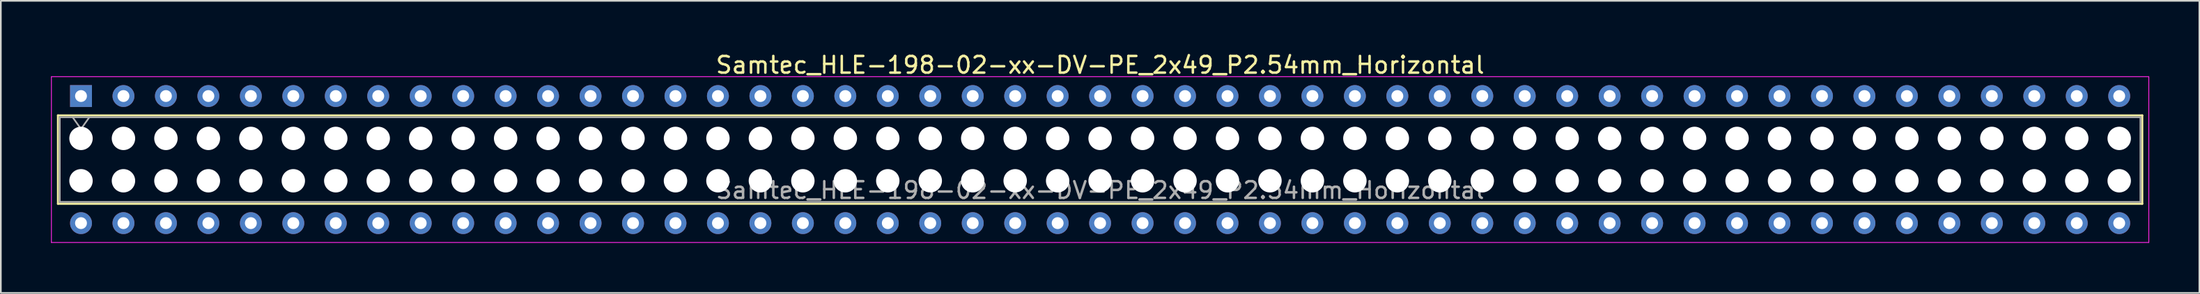
<source format=kicad_pcb>
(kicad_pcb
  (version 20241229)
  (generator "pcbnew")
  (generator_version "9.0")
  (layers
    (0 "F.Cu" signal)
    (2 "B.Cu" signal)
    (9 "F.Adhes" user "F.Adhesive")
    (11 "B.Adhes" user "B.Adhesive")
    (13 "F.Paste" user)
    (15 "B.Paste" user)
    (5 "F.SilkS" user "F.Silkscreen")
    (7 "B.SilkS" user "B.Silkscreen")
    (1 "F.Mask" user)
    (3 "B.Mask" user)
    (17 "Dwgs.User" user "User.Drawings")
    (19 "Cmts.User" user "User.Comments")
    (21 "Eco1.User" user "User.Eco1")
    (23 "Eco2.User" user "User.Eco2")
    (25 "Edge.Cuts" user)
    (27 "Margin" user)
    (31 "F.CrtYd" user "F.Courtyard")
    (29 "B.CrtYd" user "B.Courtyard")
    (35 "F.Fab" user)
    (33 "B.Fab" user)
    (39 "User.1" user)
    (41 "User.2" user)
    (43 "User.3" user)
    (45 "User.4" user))
  (footprint "Samtec_HLE-198-02-xx-DV-PE_2x49_P2.54mm_Horizontal"
    (layer "F.Cu")
    (at 1.795 2.708)
    (property "Reference" "Samtec_HLE-198-02-xx-DV-PE_2x49_P2.54mm_Horizontal" (at 60.96 -1.86 0) (layer "F.SilkS") (effects (font (size 1 1) (thickness 0.15))))
    (attr through_hole)
    (fp_line (start -1.38 1.16) (end 123.3 1.16) (stroke (width 0.12) (type solid)) (layer "F.SilkS"))
    (fp_line (start -1.38 6.46) (end -1.38 1.16) (stroke (width 0.12) (type solid)) (layer "F.SilkS"))
    (fp_line (start 123.3 1.16) (end 123.3 6.46) (stroke (width 0.12) (type solid)) (layer "F.SilkS"))
    (fp_line (start 123.3 6.46) (end -1.38 6.46) (stroke (width 0.12) (type solid)) (layer "F.SilkS"))
    (fp_line (start -1.77 -1.16) (end 123.69 -1.16) (stroke (width 0.05) (type solid)) (layer "F.CrtYd"))
    (fp_line (start -1.77 8.78) (end -1.77 -1.16) (stroke (width 0.05) (type solid)) (layer "F.CrtYd"))
    (fp_line (start 123.69 -1.16) (end 123.69 8.78) (stroke (width 0.05) (type solid)) (layer "F.CrtYd"))
    (fp_line (start 123.69 8.78) (end -1.77 8.78) (stroke (width 0.05) (type solid)) (layer "F.CrtYd"))
    (fp_line (start -1.27 1.27) (end 123.19 1.27) (stroke (width 0.1) (type solid)) (layer "F.Fab"))
    (fp_line (start -1.27 6.35) (end -1.27 1.27) (stroke (width 0.1) (type solid)) (layer "F.Fab"))
    (fp_line (start -0.5 1.27) (end 0 1.977) (stroke (width 0.1) (type solid)) (layer "F.Fab"))
    (fp_line (start 0 1.977) (end 0.5 1.27) (stroke (width 0.1) (type solid)) (layer "F.Fab"))
    (fp_line (start 123.19 1.27) (end 123.19 6.35) (stroke (width 0.1) (type solid)) (layer "F.Fab"))
    (fp_line (start 123.19 6.35) (end -1.27 6.35) (stroke (width 0.1) (type solid)) (layer "F.Fab"))
    (fp_text user "${REFERENCE}" (at 60.96 5.65 0) (layer "F.Fab") (effects (font (size 1 1) (thickness 0.15))))
    (pad "" np_thru_hole circle (at 0 2.54) (size 1.4 1.4) (drill 1.4) (layers "*.Cu" "*.Mask"))
    (pad "" np_thru_hole circle (at 0 5.08) (size 1.4 1.4) (drill 1.4) (layers "*.Cu" "*.Mask"))
    (pad "" np_thru_hole circle (at 2.54 2.54) (size 1.4 1.4) (drill 1.4) (layers "*.Cu" "*.Mask"))
    (pad "" np_thru_hole circle (at 2.54 5.08) (size 1.4 1.4) (drill 1.4) (layers "*.Cu" "*.Mask"))
    (pad "" np_thru_hole circle (at 5.08 2.54) (size 1.4 1.4) (drill 1.4) (layers "*.Cu" "*.Mask"))
    (pad "" np_thru_hole circle (at 5.08 5.08) (size 1.4 1.4) (drill 1.4) (layers "*.Cu" "*.Mask"))
    (pad "" np_thru_hole circle (at 7.62 2.54) (size 1.4 1.4) (drill 1.4) (layers "*.Cu" "*.Mask"))
    (pad "" np_thru_hole circle (at 7.62 5.08) (size 1.4 1.4) (drill 1.4) (layers "*.Cu" "*.Mask"))
    (pad "" np_thru_hole circle (at 10.16 2.54) (size 1.4 1.4) (drill 1.4) (layers "*.Cu" "*.Mask"))
    (pad "" np_thru_hole circle (at 10.16 5.08) (size 1.4 1.4) (drill 1.4) (layers "*.Cu" "*.Mask"))
    (pad "" np_thru_hole circle (at 12.7 2.54) (size 1.4 1.4) (drill 1.4) (layers "*.Cu" "*.Mask"))
    (pad "" np_thru_hole circle (at 12.7 5.08) (size 1.4 1.4) (drill 1.4) (layers "*.Cu" "*.Mask"))
    (pad "" np_thru_hole circle (at 15.24 2.54) (size 1.4 1.4) (drill 1.4) (layers "*.Cu" "*.Mask"))
    (pad "" np_thru_hole circle (at 15.24 5.08) (size 1.4 1.4) (drill 1.4) (layers "*.Cu" "*.Mask"))
    (pad "" np_thru_hole circle (at 17.78 2.54) (size 1.4 1.4) (drill 1.4) (layers "*.Cu" "*.Mask"))
    (pad "" np_thru_hole circle (at 17.78 5.08) (size 1.4 1.4) (drill 1.4) (layers "*.Cu" "*.Mask"))
    (pad "" np_thru_hole circle (at 20.32 2.54) (size 1.4 1.4) (drill 1.4) (layers "*.Cu" "*.Mask"))
    (pad "" np_thru_hole circle (at 20.32 5.08) (size 1.4 1.4) (drill 1.4) (layers "*.Cu" "*.Mask"))
    (pad "" np_thru_hole circle (at 22.86 2.54) (size 1.4 1.4) (drill 1.4) (layers "*.Cu" "*.Mask"))
    (pad "" np_thru_hole circle (at 22.86 5.08) (size 1.4 1.4) (drill 1.4) (layers "*.Cu" "*.Mask"))
    (pad "" np_thru_hole circle (at 25.4 2.54) (size 1.4 1.4) (drill 1.4) (layers "*.Cu" "*.Mask"))
    (pad "" np_thru_hole circle (at 25.4 5.08) (size 1.4 1.4) (drill 1.4) (layers "*.Cu" "*.Mask"))
    (pad "" np_thru_hole circle (at 27.94 2.54) (size 1.4 1.4) (drill 1.4) (layers "*.Cu" "*.Mask"))
    (pad "" np_thru_hole circle (at 27.94 5.08) (size 1.4 1.4) (drill 1.4) (layers "*.Cu" "*.Mask"))
    (pad "" np_thru_hole circle (at 30.48 2.54) (size 1.4 1.4) (drill 1.4) (layers "*.Cu" "*.Mask"))
    (pad "" np_thru_hole circle (at 30.48 5.08) (size 1.4 1.4) (drill 1.4) (layers "*.Cu" "*.Mask"))
    (pad "" np_thru_hole circle (at 33.02 2.54) (size 1.4 1.4) (drill 1.4) (layers "*.Cu" "*.Mask"))
    (pad "" np_thru_hole circle (at 33.02 5.08) (size 1.4 1.4) (drill 1.4) (layers "*.Cu" "*.Mask"))
    (pad "" np_thru_hole circle (at 35.56 2.54) (size 1.4 1.4) (drill 1.4) (layers "*.Cu" "*.Mask"))
    (pad "" np_thru_hole circle (at 35.56 5.08) (size 1.4 1.4) (drill 1.4) (layers "*.Cu" "*.Mask"))
    (pad "" np_thru_hole circle (at 38.1 2.54) (size 1.4 1.4) (drill 1.4) (layers "*.Cu" "*.Mask"))
    (pad "" np_thru_hole circle (at 38.1 5.08) (size 1.4 1.4) (drill 1.4) (layers "*.Cu" "*.Mask"))
    (pad "" np_thru_hole circle (at 40.64 2.54) (size 1.4 1.4) (drill 1.4) (layers "*.Cu" "*.Mask"))
    (pad "" np_thru_hole circle (at 40.64 5.08) (size 1.4 1.4) (drill 1.4) (layers "*.Cu" "*.Mask"))
    (pad "" np_thru_hole circle (at 43.18 2.54) (size 1.4 1.4) (drill 1.4) (layers "*.Cu" "*.Mask"))
    (pad "" np_thru_hole circle (at 43.18 5.08) (size 1.4 1.4) (drill 1.4) (layers "*.Cu" "*.Mask"))
    (pad "" np_thru_hole circle (at 45.72 2.54) (size 1.4 1.4) (drill 1.4) (layers "*.Cu" "*.Mask"))
    (pad "" np_thru_hole circle (at 45.72 5.08) (size 1.4 1.4) (drill 1.4) (layers "*.Cu" "*.Mask"))
    (pad "" np_thru_hole circle (at 48.26 2.54) (size 1.4 1.4) (drill 1.4) (layers "*.Cu" "*.Mask"))
    (pad "" np_thru_hole circle (at 48.26 5.08) (size 1.4 1.4) (drill 1.4) (layers "*.Cu" "*.Mask"))
    (pad "" np_thru_hole circle (at 50.8 2.54) (size 1.4 1.4) (drill 1.4) (layers "*.Cu" "*.Mask"))
    (pad "" np_thru_hole circle (at 50.8 5.08) (size 1.4 1.4) (drill 1.4) (layers "*.Cu" "*.Mask"))
    (pad "" np_thru_hole circle (at 53.34 2.54) (size 1.4 1.4) (drill 1.4) (layers "*.Cu" "*.Mask"))
    (pad "" np_thru_hole circle (at 53.34 5.08) (size 1.4 1.4) (drill 1.4) (layers "*.Cu" "*.Mask"))
    (pad "" np_thru_hole circle (at 55.88 2.54) (size 1.4 1.4) (drill 1.4) (layers "*.Cu" "*.Mask"))
    (pad "" np_thru_hole circle (at 55.88 5.08) (size 1.4 1.4) (drill 1.4) (layers "*.Cu" "*.Mask"))
    (pad "" np_thru_hole circle (at 58.42 2.54) (size 1.4 1.4) (drill 1.4) (layers "*.Cu" "*.Mask"))
    (pad "" np_thru_hole circle (at 58.42 5.08) (size 1.4 1.4) (drill 1.4) (layers "*.Cu" "*.Mask"))
    (pad "" np_thru_hole circle (at 60.96 2.54) (size 1.4 1.4) (drill 1.4) (layers "*.Cu" "*.Mask"))
    (pad "" np_thru_hole circle (at 60.96 5.08) (size 1.4 1.4) (drill 1.4) (layers "*.Cu" "*.Mask"))
    (pad "" np_thru_hole circle (at 63.5 2.54) (size 1.4 1.4) (drill 1.4) (layers "*.Cu" "*.Mask"))
    (pad "" np_thru_hole circle (at 63.5 5.08) (size 1.4 1.4) (drill 1.4) (layers "*.Cu" "*.Mask"))
    (pad "" np_thru_hole circle (at 66.04 2.54) (size 1.4 1.4) (drill 1.4) (layers "*.Cu" "*.Mask"))
    (pad "" np_thru_hole circle (at 66.04 5.08) (size 1.4 1.4) (drill 1.4) (layers "*.Cu" "*.Mask"))
    (pad "" np_thru_hole circle (at 68.58 2.54) (size 1.4 1.4) (drill 1.4) (layers "*.Cu" "*.Mask"))
    (pad "" np_thru_hole circle (at 68.58 5.08) (size 1.4 1.4) (drill 1.4) (layers "*.Cu" "*.Mask"))
    (pad "" np_thru_hole circle (at 71.12 2.54) (size 1.4 1.4) (drill 1.4) (layers "*.Cu" "*.Mask"))
    (pad "" np_thru_hole circle (at 71.12 5.08) (size 1.4 1.4) (drill 1.4) (layers "*.Cu" "*.Mask"))
    (pad "" np_thru_hole circle (at 73.66 2.54) (size 1.4 1.4) (drill 1.4) (layers "*.Cu" "*.Mask"))
    (pad "" np_thru_hole circle (at 73.66 5.08) (size 1.4 1.4) (drill 1.4) (layers "*.Cu" "*.Mask"))
    (pad "" np_thru_hole circle (at 76.2 2.54) (size 1.4 1.4) (drill 1.4) (layers "*.Cu" "*.Mask"))
    (pad "" np_thru_hole circle (at 76.2 5.08) (size 1.4 1.4) (drill 1.4) (layers "*.Cu" "*.Mask"))
    (pad "" np_thru_hole circle (at 78.74 2.54) (size 1.4 1.4) (drill 1.4) (layers "*.Cu" "*.Mask"))
    (pad "" np_thru_hole circle (at 78.74 5.08) (size 1.4 1.4) (drill 1.4) (layers "*.Cu" "*.Mask"))
    (pad "" np_thru_hole circle (at 81.28 2.54) (size 1.4 1.4) (drill 1.4) (layers "*.Cu" "*.Mask"))
    (pad "" np_thru_hole circle (at 81.28 5.08) (size 1.4 1.4) (drill 1.4) (layers "*.Cu" "*.Mask"))
    (pad "" np_thru_hole circle (at 83.82 2.54) (size 1.4 1.4) (drill 1.4) (layers "*.Cu" "*.Mask"))
    (pad "" np_thru_hole circle (at 83.82 5.08) (size 1.4 1.4) (drill 1.4) (layers "*.Cu" "*.Mask"))
    (pad "" np_thru_hole circle (at 86.36 2.54) (size 1.4 1.4) (drill 1.4) (layers "*.Cu" "*.Mask"))
    (pad "" np_thru_hole circle (at 86.36 5.08) (size 1.4 1.4) (drill 1.4) (layers "*.Cu" "*.Mask"))
    (pad "" np_thru_hole circle (at 88.9 2.54) (size 1.4 1.4) (drill 1.4) (layers "*.Cu" "*.Mask"))
    (pad "" np_thru_hole circle (at 88.9 5.08) (size 1.4 1.4) (drill 1.4) (layers "*.Cu" "*.Mask"))
    (pad "" np_thru_hole circle (at 91.44 2.54) (size 1.4 1.4) (drill 1.4) (layers "*.Cu" "*.Mask"))
    (pad "" np_thru_hole circle (at 91.44 5.08) (size 1.4 1.4) (drill 1.4) (layers "*.Cu" "*.Mask"))
    (pad "" np_thru_hole circle (at 93.98 2.54) (size 1.4 1.4) (drill 1.4) (layers "*.Cu" "*.Mask"))
    (pad "" np_thru_hole circle (at 93.98 5.08) (size 1.4 1.4) (drill 1.4) (layers "*.Cu" "*.Mask"))
    (pad "" np_thru_hole circle (at 96.52 2.54) (size 1.4 1.4) (drill 1.4) (layers "*.Cu" "*.Mask"))
    (pad "" np_thru_hole circle (at 96.52 5.08) (size 1.4 1.4) (drill 1.4) (layers "*.Cu" "*.Mask"))
    (pad "" np_thru_hole circle (at 99.06 2.54) (size 1.4 1.4) (drill 1.4) (layers "*.Cu" "*.Mask"))
    (pad "" np_thru_hole circle (at 99.06 5.08) (size 1.4 1.4) (drill 1.4) (layers "*.Cu" "*.Mask"))
    (pad "" np_thru_hole circle (at 101.6 2.54) (size 1.4 1.4) (drill 1.4) (layers "*.Cu" "*.Mask"))
    (pad "" np_thru_hole circle (at 101.6 5.08) (size 1.4 1.4) (drill 1.4) (layers "*.Cu" "*.Mask"))
    (pad "" np_thru_hole circle (at 104.14 2.54) (size 1.4 1.4) (drill 1.4) (layers "*.Cu" "*.Mask"))
    (pad "" np_thru_hole circle (at 104.14 5.08) (size 1.4 1.4) (drill 1.4) (layers "*.Cu" "*.Mask"))
    (pad "" np_thru_hole circle (at 106.68 2.54) (size 1.4 1.4) (drill 1.4) (layers "*.Cu" "*.Mask"))
    (pad "" np_thru_hole circle (at 106.68 5.08) (size 1.4 1.4) (drill 1.4) (layers "*.Cu" "*.Mask"))
    (pad "" np_thru_hole circle (at 109.22 2.54) (size 1.4 1.4) (drill 1.4) (layers "*.Cu" "*.Mask"))
    (pad "" np_thru_hole circle (at 109.22 5.08) (size 1.4 1.4) (drill 1.4) (layers "*.Cu" "*.Mask"))
    (pad "" np_thru_hole circle (at 111.76 2.54) (size 1.4 1.4) (drill 1.4) (layers "*.Cu" "*.Mask"))
    (pad "" np_thru_hole circle (at 111.76 5.08) (size 1.4 1.4) (drill 1.4) (layers "*.Cu" "*.Mask"))
    (pad "" np_thru_hole circle (at 114.3 2.54) (size 1.4 1.4) (drill 1.4) (layers "*.Cu" "*.Mask"))
    (pad "" np_thru_hole circle (at 114.3 5.08) (size 1.4 1.4) (drill 1.4) (layers "*.Cu" "*.Mask"))
    (pad "" np_thru_hole circle (at 116.84 2.54) (size 1.4 1.4) (drill 1.4) (layers "*.Cu" "*.Mask"))
    (pad "" np_thru_hole circle (at 116.84 5.08) (size 1.4 1.4) (drill 1.4) (layers "*.Cu" "*.Mask"))
    (pad "" np_thru_hole circle (at 119.38 2.54) (size 1.4 1.4) (drill 1.4) (layers "*.Cu" "*.Mask"))
    (pad "" np_thru_hole circle (at 119.38 5.08) (size 1.4 1.4) (drill 1.4) (layers "*.Cu" "*.Mask"))
    (pad "" np_thru_hole circle (at 121.92 2.54) (size 1.4 1.4) (drill 1.4) (layers "*.Cu" "*.Mask"))
    (pad "" np_thru_hole circle (at 121.92 5.08) (size 1.4 1.4) (drill 1.4) (layers "*.Cu" "*.Mask"))
    (pad "1" thru_hole rect (at 0 0) (size 1.31 1.31) (drill 0.71) (layers "*.Cu" "*.Mask"))
    (pad "2" thru_hole circle (at 0 7.62) (size 1.31 1.31) (drill 0.71) (layers "*.Cu" "*.Mask"))
    (pad "3" thru_hole circle (at 2.54 0) (size 1.31 1.31) (drill 0.71) (layers "*.Cu" "*.Mask"))
    (pad "4" thru_hole circle (at 2.54 7.62) (size 1.31 1.31) (drill 0.71) (layers "*.Cu" "*.Mask"))
    (pad "5" thru_hole circle (at 5.08 0) (size 1.31 1.31) (drill 0.71) (layers "*.Cu" "*.Mask"))
    (pad "6" thru_hole circle (at 5.08 7.62) (size 1.31 1.31) (drill 0.71) (layers "*.Cu" "*.Mask"))
    (pad "7" thru_hole circle (at 7.62 0) (size 1.31 1.31) (drill 0.71) (layers "*.Cu" "*.Mask"))
    (pad "8" thru_hole circle (at 7.62 7.62) (size 1.31 1.31) (drill 0.71) (layers "*.Cu" "*.Mask"))
    (pad "9" thru_hole circle (at 10.16 0) (size 1.31 1.31) (drill 0.71) (layers "*.Cu" "*.Mask"))
    (pad "10" thru_hole circle (at 10.16 7.62) (size 1.31 1.31) (drill 0.71) (layers "*.Cu" "*.Mask"))
    (pad "11" thru_hole circle (at 12.7 0) (size 1.31 1.31) (drill 0.71) (layers "*.Cu" "*.Mask"))
    (pad "12" thru_hole circle (at 12.7 7.62) (size 1.31 1.31) (drill 0.71) (layers "*.Cu" "*.Mask"))
    (pad "13" thru_hole circle (at 15.24 0) (size 1.31 1.31) (drill 0.71) (layers "*.Cu" "*.Mask"))
    (pad "14" thru_hole circle (at 15.24 7.62) (size 1.31 1.31) (drill 0.71) (layers "*.Cu" "*.Mask"))
    (pad "15" thru_hole circle (at 17.78 0) (size 1.31 1.31) (drill 0.71) (layers "*.Cu" "*.Mask"))
    (pad "16" thru_hole circle (at 17.78 7.62) (size 1.31 1.31) (drill 0.71) (layers "*.Cu" "*.Mask"))
    (pad "17" thru_hole circle (at 20.32 0) (size 1.31 1.31) (drill 0.71) (layers "*.Cu" "*.Mask"))
    (pad "18" thru_hole circle (at 20.32 7.62) (size 1.31 1.31) (drill 0.71) (layers "*.Cu" "*.Mask"))
    (pad "19" thru_hole circle (at 22.86 0) (size 1.31 1.31) (drill 0.71) (layers "*.Cu" "*.Mask"))
    (pad "20" thru_hole circle (at 22.86 7.62) (size 1.31 1.31) (drill 0.71) (layers "*.Cu" "*.Mask"))
    (pad "21" thru_hole circle (at 25.4 0) (size 1.31 1.31) (drill 0.71) (layers "*.Cu" "*.Mask"))
    (pad "22" thru_hole circle (at 25.4 7.62) (size 1.31 1.31) (drill 0.71) (layers "*.Cu" "*.Mask"))
    (pad "23" thru_hole circle (at 27.94 0) (size 1.31 1.31) (drill 0.71) (layers "*.Cu" "*.Mask"))
    (pad "24" thru_hole circle (at 27.94 7.62) (size 1.31 1.31) (drill 0.71) (layers "*.Cu" "*.Mask"))
    (pad "25" thru_hole circle (at 30.48 0) (size 1.31 1.31) (drill 0.71) (layers "*.Cu" "*.Mask"))
    (pad "26" thru_hole circle (at 30.48 7.62) (size 1.31 1.31) (drill 0.71) (layers "*.Cu" "*.Mask"))
    (pad "27" thru_hole circle (at 33.02 0) (size 1.31 1.31) (drill 0.71) (layers "*.Cu" "*.Mask"))
    (pad "28" thru_hole circle (at 33.02 7.62) (size 1.31 1.31) (drill 0.71) (layers "*.Cu" "*.Mask"))
    (pad "29" thru_hole circle (at 35.56 0) (size 1.31 1.31) (drill 0.71) (layers "*.Cu" "*.Mask"))
    (pad "30" thru_hole circle (at 35.56 7.62) (size 1.31 1.31) (drill 0.71) (layers "*.Cu" "*.Mask"))
    (pad "31" thru_hole circle (at 38.1 0) (size 1.31 1.31) (drill 0.71) (layers "*.Cu" "*.Mask"))
    (pad "32" thru_hole circle (at 38.1 7.62) (size 1.31 1.31) (drill 0.71) (layers "*.Cu" "*.Mask"))
    (pad "33" thru_hole circle (at 40.64 0) (size 1.31 1.31) (drill 0.71) (layers "*.Cu" "*.Mask"))
    (pad "34" thru_hole circle (at 40.64 7.62) (size 1.31 1.31) (drill 0.71) (layers "*.Cu" "*.Mask"))
    (pad "35" thru_hole circle (at 43.18 0) (size 1.31 1.31) (drill 0.71) (layers "*.Cu" "*.Mask"))
    (pad "36" thru_hole circle (at 43.18 7.62) (size 1.31 1.31) (drill 0.71) (layers "*.Cu" "*.Mask"))
    (pad "37" thru_hole circle (at 45.72 0) (size 1.31 1.31) (drill 0.71) (layers "*.Cu" "*.Mask"))
    (pad "38" thru_hole circle (at 45.72 7.62) (size 1.31 1.31) (drill 0.71) (layers "*.Cu" "*.Mask"))
    (pad "39" thru_hole circle (at 48.26 0) (size 1.31 1.31) (drill 0.71) (layers "*.Cu" "*.Mask"))
    (pad "40" thru_hole circle (at 48.26 7.62) (size 1.31 1.31) (drill 0.71) (layers "*.Cu" "*.Mask"))
    (pad "41" thru_hole circle (at 50.8 0) (size 1.31 1.31) (drill 0.71) (layers "*.Cu" "*.Mask"))
    (pad "42" thru_hole circle (at 50.8 7.62) (size 1.31 1.31) (drill 0.71) (layers "*.Cu" "*.Mask"))
    (pad "43" thru_hole circle (at 53.34 0) (size 1.31 1.31) (drill 0.71) (layers "*.Cu" "*.Mask"))
    (pad "44" thru_hole circle (at 53.34 7.62) (size 1.31 1.31) (drill 0.71) (layers "*.Cu" "*.Mask"))
    (pad "45" thru_hole circle (at 55.88 0) (size 1.31 1.31) (drill 0.71) (layers "*.Cu" "*.Mask"))
    (pad "46" thru_hole circle (at 55.88 7.62) (size 1.31 1.31) (drill 0.71) (layers "*.Cu" "*.Mask"))
    (pad "47" thru_hole circle (at 58.42 0) (size 1.31 1.31) (drill 0.71) (layers "*.Cu" "*.Mask"))
    (pad "48" thru_hole circle (at 58.42 7.62) (size 1.31 1.31) (drill 0.71) (layers "*.Cu" "*.Mask"))
    (pad "49" thru_hole circle (at 60.96 0) (size 1.31 1.31) (drill 0.71) (layers "*.Cu" "*.Mask"))
    (pad "50" thru_hole circle (at 60.96 7.62) (size 1.31 1.31) (drill 0.71) (layers "*.Cu" "*.Mask"))
    (pad "51" thru_hole circle (at 63.5 0) (size 1.31 1.31) (drill 0.71) (layers "*.Cu" "*.Mask"))
    (pad "52" thru_hole circle (at 63.5 7.62) (size 1.31 1.31) (drill 0.71) (layers "*.Cu" "*.Mask"))
    (pad "53" thru_hole circle (at 66.04 0) (size 1.31 1.31) (drill 0.71) (layers "*.Cu" "*.Mask"))
    (pad "54" thru_hole circle (at 66.04 7.62) (size 1.31 1.31) (drill 0.71) (layers "*.Cu" "*.Mask"))
    (pad "55" thru_hole circle (at 68.58 0) (size 1.31 1.31) (drill 0.71) (layers "*.Cu" "*.Mask"))
    (pad "56" thru_hole circle (at 68.58 7.62) (size 1.31 1.31) (drill 0.71) (layers "*.Cu" "*.Mask"))
    (pad "57" thru_hole circle (at 71.12 0) (size 1.31 1.31) (drill 0.71) (layers "*.Cu" "*.Mask"))
    (pad "58" thru_hole circle (at 71.12 7.62) (size 1.31 1.31) (drill 0.71) (layers "*.Cu" "*.Mask"))
    (pad "59" thru_hole circle (at 73.66 0) (size 1.31 1.31) (drill 0.71) (layers "*.Cu" "*.Mask"))
    (pad "60" thru_hole circle (at 73.66 7.62) (size 1.31 1.31) (drill 0.71) (layers "*.Cu" "*.Mask"))
    (pad "61" thru_hole circle (at 76.2 0) (size 1.31 1.31) (drill 0.71) (layers "*.Cu" "*.Mask"))
    (pad "62" thru_hole circle (at 76.2 7.62) (size 1.31 1.31) (drill 0.71) (layers "*.Cu" "*.Mask"))
    (pad "63" thru_hole circle (at 78.74 0) (size 1.31 1.31) (drill 0.71) (layers "*.Cu" "*.Mask"))
    (pad "64" thru_hole circle (at 78.74 7.62) (size 1.31 1.31) (drill 0.71) (layers "*.Cu" "*.Mask"))
    (pad "65" thru_hole circle (at 81.28 0) (size 1.31 1.31) (drill 0.71) (layers "*.Cu" "*.Mask"))
    (pad "66" thru_hole circle (at 81.28 7.62) (size 1.31 1.31) (drill 0.71) (layers "*.Cu" "*.Mask"))
    (pad "67" thru_hole circle (at 83.82 0) (size 1.31 1.31) (drill 0.71) (layers "*.Cu" "*.Mask"))
    (pad "68" thru_hole circle (at 83.82 7.62) (size 1.31 1.31) (drill 0.71) (layers "*.Cu" "*.Mask"))
    (pad "69" thru_hole circle (at 86.36 0) (size 1.31 1.31) (drill 0.71) (layers "*.Cu" "*.Mask"))
    (pad "70" thru_hole circle (at 86.36 7.62) (size 1.31 1.31) (drill 0.71) (layers "*.Cu" "*.Mask"))
    (pad "71" thru_hole circle (at 88.9 0) (size 1.31 1.31) (drill 0.71) (layers "*.Cu" "*.Mask"))
    (pad "72" thru_hole circle (at 88.9 7.62) (size 1.31 1.31) (drill 0.71) (layers "*.Cu" "*.Mask"))
    (pad "73" thru_hole circle (at 91.44 0) (size 1.31 1.31) (drill 0.71) (layers "*.Cu" "*.Mask"))
    (pad "74" thru_hole circle (at 91.44 7.62) (size 1.31 1.31) (drill 0.71) (layers "*.Cu" "*.Mask"))
    (pad "75" thru_hole circle (at 93.98 0) (size 1.31 1.31) (drill 0.71) (layers "*.Cu" "*.Mask"))
    (pad "76" thru_hole circle (at 93.98 7.62) (size 1.31 1.31) (drill 0.71) (layers "*.Cu" "*.Mask"))
    (pad "77" thru_hole circle (at 96.52 0) (size 1.31 1.31) (drill 0.71) (layers "*.Cu" "*.Mask"))
    (pad "78" thru_hole circle (at 96.52 7.62) (size 1.31 1.31) (drill 0.71) (layers "*.Cu" "*.Mask"))
    (pad "79" thru_hole circle (at 99.06 0) (size 1.31 1.31) (drill 0.71) (layers "*.Cu" "*.Mask"))
    (pad "80" thru_hole circle (at 99.06 7.62) (size 1.31 1.31) (drill 0.71) (layers "*.Cu" "*.Mask"))
    (pad "81" thru_hole circle (at 101.6 0) (size 1.31 1.31) (drill 0.71) (layers "*.Cu" "*.Mask"))
    (pad "82" thru_hole circle (at 101.6 7.62) (size 1.31 1.31) (drill 0.71) (layers "*.Cu" "*.Mask"))
    (pad "83" thru_hole circle (at 104.14 0) (size 1.31 1.31) (drill 0.71) (layers "*.Cu" "*.Mask"))
    (pad "84" thru_hole circle (at 104.14 7.62) (size 1.31 1.31) (drill 0.71) (layers "*.Cu" "*.Mask"))
    (pad "85" thru_hole circle (at 106.68 0) (size 1.31 1.31) (drill 0.71) (layers "*.Cu" "*.Mask"))
    (pad "86" thru_hole circle (at 106.68 7.62) (size 1.31 1.31) (drill 0.71) (layers "*.Cu" "*.Mask"))
    (pad "87" thru_hole circle (at 109.22 0) (size 1.31 1.31) (drill 0.71) (layers "*.Cu" "*.Mask"))
    (pad "88" thru_hole circle (at 109.22 7.62) (size 1.31 1.31) (drill 0.71) (layers "*.Cu" "*.Mask"))
    (pad "89" thru_hole circle (at 111.76 0) (size 1.31 1.31) (drill 0.71) (layers "*.Cu" "*.Mask"))
    (pad "90" thru_hole circle (at 111.76 7.62) (size 1.31 1.31) (drill 0.71) (layers "*.Cu" "*.Mask"))
    (pad "91" thru_hole circle (at 114.3 0) (size 1.31 1.31) (drill 0.71) (layers "*.Cu" "*.Mask"))
    (pad "92" thru_hole circle (at 114.3 7.62) (size 1.31 1.31) (drill 0.71) (layers "*.Cu" "*.Mask"))
    (pad "93" thru_hole circle (at 116.84 0) (size 1.31 1.31) (drill 0.71) (layers "*.Cu" "*.Mask"))
    (pad "94" thru_hole circle (at 116.84 7.62) (size 1.31 1.31) (drill 0.71) (layers "*.Cu" "*.Mask"))
    (pad "95" thru_hole circle (at 119.38 0) (size 1.31 1.31) (drill 0.71) (layers "*.Cu" "*.Mask"))
    (pad "96" thru_hole circle (at 119.38 7.62) (size 1.31 1.31) (drill 0.71) (layers "*.Cu" "*.Mask"))
    (pad "97" thru_hole circle (at 121.92 0) (size 1.31 1.31) (drill 0.71) (layers "*.Cu" "*.Mask"))
    (pad "98" thru_hole circle (at 121.92 7.62) (size 1.31 1.31) (drill 0.71) (layers "*.Cu" "*.Mask")))
  (gr_rect
    (start -3 -3)
    (end 128.51 14.513)
    (stroke (width 0.1) (type default))
    (fill no)
    (layer "Edge.Cuts")))
</source>
